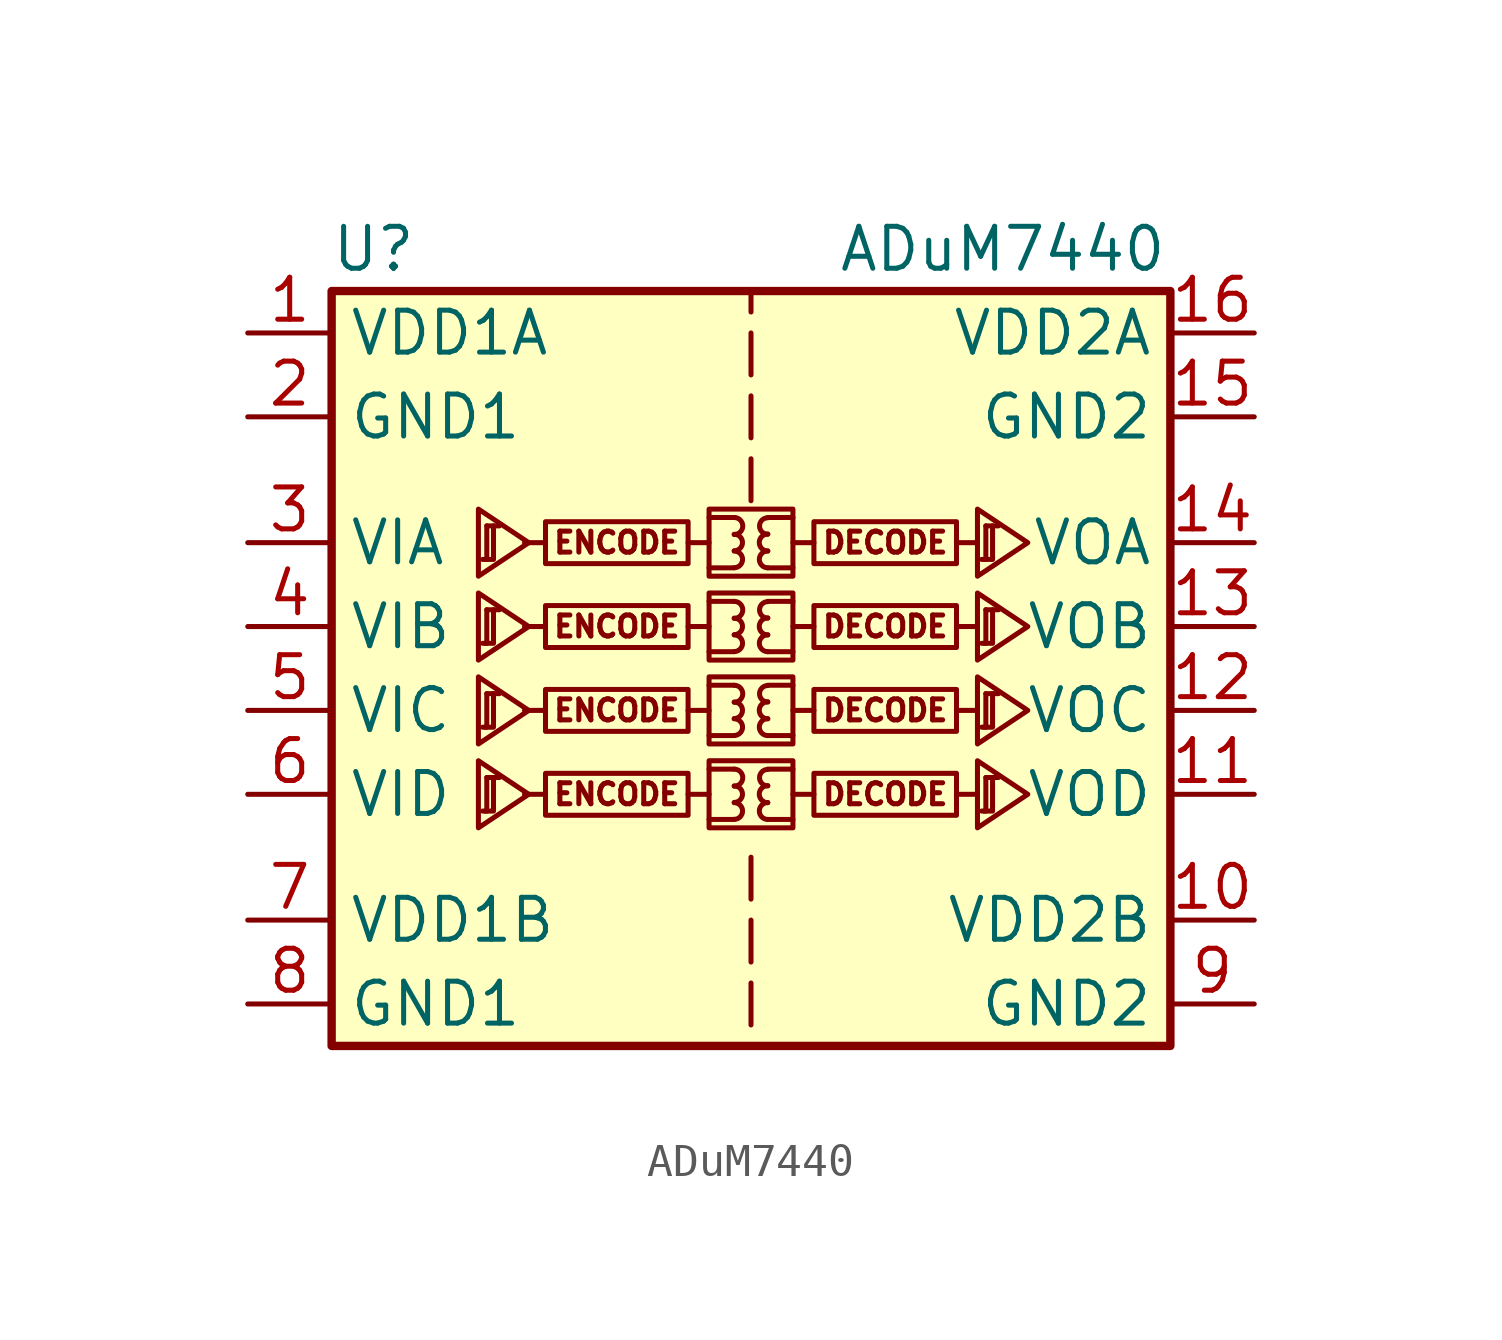
<source format=kicad_sym>
(kicad_symbol_lib
  (version 20231120)
  (generator "kicad_symbol_editor")
  (generator_version "8.0")
  (symbol "ADuM7440"
    (property "Reference" "U"
      (at -11.43 16.51 0)
      (effects (font (size 1.27 1.27))))
    (property "Value" "ADuM7440"
      (at 7.62 16.51 0)
      (effects (font (size 1.27 1.27))))
    (symbol "ADuM7440_0_1"
      (polyline (pts (xy -8.001 8.128) (xy -7.62 8.128)) (stroke (width 0) (type default)) (fill (type none)))
      (polyline (pts (xy -8.052 7.112) (xy -7.798 7.112) (xy -7.798 8.128)) (stroke (width 0) (type default)) (fill (type none)))
      (polyline (pts (xy -8.001 8.128) (xy -8.001 7.112) (xy -8.128 7.112)) (stroke (width 0) (type default)) (fill (type none)))
      (polyline (pts (xy -6.731 7.62) (xy -8.255 8.636) (xy -8.255 6.604) (xy -6.731 7.62)) (stroke (width 0) (type default)) (fill (type none))))
    (symbol "ADuM7440_1_0"
      (rectangle (start -1.27 1.016) (end 1.27 -1.016) (stroke (width 0) (type default)) (fill (type none)))
      (rectangle (start -1.27 3.556) (end 1.27 1.524) (stroke (width 0) (type default)) (fill (type none)))
      (rectangle (start -1.27 6.096) (end 1.27 4.064) (stroke (width 0) (type default)) (fill (type none)))
      (rectangle (start -1.27 8.636) (end 1.27 6.604) (stroke (width 0) (type default)) (fill (type none)))
      (arc (start -0.508 -0.762) (mid -0.2551 -0.508) (end -0.508 -0.254) (stroke (width 0) (type default)) (fill (type none)))
      (arc (start -0.508 -0.254) (mid -0.2551 0) (end -0.508 0.254) (stroke (width 0) (type default)) (fill (type none)))
      (arc (start -0.508 0.254) (mid -0.2551 0.508) (end -0.508 0.762) (stroke (width 0) (type default)) (fill (type none)))
      (arc (start -0.508 1.778) (mid -0.2551 2.032) (end -0.508 2.286) (stroke (width 0) (type default)) (fill (type none)))
      (arc (start -0.508 2.286) (mid -0.2551 2.54) (end -0.508 2.794) (stroke (width 0) (type default)) (fill (type none)))
      (arc (start -0.508 2.794) (mid -0.2551 3.048) (end -0.508 3.302) (stroke (width 0) (type default)) (fill (type none)))
      (arc (start -0.508 4.318) (mid -0.2551 4.572) (end -0.508 4.826) (stroke (width 0) (type default)) (fill (type none)))
      (arc (start -0.508 4.826) (mid -0.2551 5.08) (end -0.508 5.334) (stroke (width 0) (type default)) (fill (type none)))
      (arc (start -0.508 5.334) (mid -0.2551 5.588) (end -0.508 5.842) (stroke (width 0) (type default)) (fill (type none)))
      (arc (start -0.508 6.858) (mid -0.2551 7.112) (end -0.508 7.366) (stroke (width 0) (type default)) (fill (type none)))
      (arc (start -0.508 7.366) (mid -0.2551 7.62) (end -0.508 7.874) (stroke (width 0) (type default)) (fill (type none)))
      (arc (start -0.508 7.874) (mid -0.2551 8.128) (end -0.508 8.382) (stroke (width 0) (type default)) (fill (type none)))
      (polyline (pts (xy -6.223 0) (xy -6.858 0)) (stroke (width 0) (type default)) (fill (type none)))
      (polyline (pts (xy -6.223 2.54) (xy -6.858 2.54)) (stroke (width 0) (type default)) (fill (type none)))
      (polyline (pts (xy -6.223 5.08) (xy -6.858 5.08)) (stroke (width 0) (type default)) (fill (type none)))
      (polyline (pts (xy -6.223 7.62) (xy -6.858 7.62)) (stroke (width 0) (type default)) (fill (type none)))
      (polyline (pts (xy -1.905 0) (xy -1.27 0)) (stroke (width 0) (type default)) (fill (type none)))
      (polyline (pts (xy -1.905 2.54) (xy -1.27 2.54)) (stroke (width 0) (type default)) (fill (type none)))
      (polyline (pts (xy -1.905 5.08) (xy -1.27 5.08)) (stroke (width 0) (type default)) (fill (type none)))
      (polyline (pts (xy -1.905 7.62) (xy -1.27 7.62)) (stroke (width 0) (type default)) (fill (type none)))
      (polyline (pts (xy -1.27 -0.762) (xy -0.508 -0.762)) (stroke (width 0) (type default)) (fill (type none)))
      (polyline (pts (xy -1.27 0.762) (xy -0.508 0.762)) (stroke (width 0) (type default)) (fill (type none)))
      (polyline (pts (xy -1.27 1.778) (xy -0.508 1.778)) (stroke (width 0) (type default)) (fill (type none)))
      (polyline (pts (xy -1.27 3.302) (xy -0.508 3.302)) (stroke (width 0) (type default)) (fill (type none)))
      (polyline (pts (xy -1.27 4.318) (xy -0.508 4.318)) (stroke (width 0) (type default)) (fill (type none)))
      (polyline (pts (xy -1.27 5.842) (xy -0.508 5.842)) (stroke (width 0) (type default)) (fill (type none)))
      (polyline (pts (xy -1.27 6.858) (xy -0.508 6.858)) (stroke (width 0) (type default)) (fill (type none)))
      (polyline (pts (xy -1.27 8.382) (xy -0.508 8.382)) (stroke (width 0) (type default)) (fill (type none)))
      (polyline (pts (xy 0 -5.715) (xy 0 -6.985)) (stroke (width 0) (type default)) (fill (type none)))
      (polyline (pts (xy 0 -3.81) (xy 0 -5.08)) (stroke (width 0) (type default)) (fill (type none)))
      (polyline (pts (xy 0 -1.905) (xy 0 -3.175)) (stroke (width 0) (type default)) (fill (type none)))
      (polyline (pts (xy 0 8.89) (xy 0 10.16)) (stroke (width 0) (type default)) (fill (type none)))
      (polyline (pts (xy 0 12.065) (xy 0 10.795)) (stroke (width 0) (type default)) (fill (type none)))
      (polyline (pts (xy 0 13.97) (xy 0 12.7)) (stroke (width 0) (type default)) (fill (type none)))
      (polyline (pts (xy 0 14.605) (xy 0 15.24)) (stroke (width 0) (type default)) (fill (type none)))
      (polyline (pts (xy 1.27 -0.762) (xy 0.508 -0.762)) (stroke (width 0) (type default)) (fill (type none)))
      (polyline (pts (xy 1.27 0.762) (xy 0.508 0.762)) (stroke (width 0) (type default)) (fill (type none)))
      (polyline (pts (xy 1.27 1.778) (xy 0.508 1.778)) (stroke (width 0) (type default)) (fill (type none)))
      (polyline (pts (xy 1.27 3.302) (xy 0.508 3.302)) (stroke (width 0) (type default)) (fill (type none)))
      (polyline (pts (xy 1.27 4.318) (xy 0.508 4.318)) (stroke (width 0) (type default)) (fill (type none)))
      (polyline (pts (xy 1.27 5.842) (xy 0.508 5.842)) (stroke (width 0) (type default)) (fill (type none)))
      (polyline (pts (xy 1.27 6.858) (xy 0.508 6.858)) (stroke (width 0) (type default)) (fill (type none)))
      (polyline (pts (xy 1.27 8.382) (xy 0.508 8.382)) (stroke (width 0) (type default)) (fill (type none)))
      (polyline (pts (xy 1.905 0) (xy 1.27 0)) (stroke (width 0) (type default)) (fill (type none)))
      (polyline (pts (xy 1.905 2.54) (xy 1.27 2.54)) (stroke (width 0) (type default)) (fill (type none)))
      (polyline (pts (xy 1.905 5.08) (xy 1.27 5.08)) (stroke (width 0) (type default)) (fill (type none)))
      (polyline (pts (xy 1.905 7.62) (xy 1.27 7.62)) (stroke (width 0) (type default)) (fill (type none)))
      (polyline (pts (xy 6.223 0) (xy 6.858 0)) (stroke (width 0) (type default)) (fill (type none)))
      (polyline (pts (xy 6.223 2.54) (xy 6.858 2.54)) (stroke (width 0) (type default)) (fill (type none)))
      (polyline (pts (xy 6.223 5.08) (xy 6.858 5.08)) (stroke (width 0) (type default)) (fill (type none)))
      (polyline (pts (xy 6.223 7.62) (xy 6.858 7.62)) (stroke (width 0) (type default)) (fill (type none)))
      (arc (start 0.508 -0.254) (mid 0.2551 -0.508) (end 0.508 -0.762) (stroke (width 0) (type default)) (fill (type none)))
      (arc (start 0.508 0.254) (mid 0.2551 0) (end 0.508 -0.254) (stroke (width 0) (type default)) (fill (type none)))
      (arc (start 0.508 0.762) (mid 0.2551 0.508) (end 0.508 0.254) (stroke (width 0) (type default)) (fill (type none)))
      (arc (start 0.508 2.286) (mid 0.2551 2.032) (end 0.508 1.778) (stroke (width 0) (type default)) (fill (type none)))
      (arc (start 0.508 2.794) (mid 0.2551 2.54) (end 0.508 2.286) (stroke (width 0) (type default)) (fill (type none)))
      (arc (start 0.508 3.302) (mid 0.2551 3.048) (end 0.508 2.794) (stroke (width 0) (type default)) (fill (type none)))
      (arc (start 0.508 4.826) (mid 0.2551 4.572) (end 0.508 4.318) (stroke (width 0) (type default)) (fill (type none)))
      (arc (start 0.508 5.334) (mid 0.2551 5.08) (end 0.508 4.826) (stroke (width 0) (type default)) (fill (type none)))
      (arc (start 0.508 5.842) (mid 0.2551 5.588) (end 0.508 5.334) (stroke (width 0) (type default)) (fill (type none)))
      (arc (start 0.508 7.366) (mid 0.2551 7.112) (end 0.508 6.858) (stroke (width 0) (type default)) (fill (type none)))
      (arc (start 0.508 7.874) (mid 0.2551 7.62) (end 0.508 7.366) (stroke (width 0) (type default)) (fill (type none)))
      (arc (start 0.508 8.382) (mid 0.2551 8.128) (end 0.508 7.874) (stroke (width 0) (type default)) (fill (type none)))
      (rectangle (start 1.905 0.635) (end 6.223 -0.635) (stroke (width 0) (type default)) (fill (type none)))
      (rectangle (start 1.905 3.175) (end 6.223 1.905) (stroke (width 0) (type default)) (fill (type none)))
      (rectangle (start 1.905 5.715) (end 6.223 4.445) (stroke (width 0) (type default)) (fill (type none)))
      (rectangle (start 1.905 8.255) (end 6.223 6.985) (stroke (width 0) (type default)) (fill (type none)))
      (text "DECODE" (at 4.064 0 0) (effects (font (size 0.635 0.635))))
      (text "DECODE" (at 4.064 2.54 0) (effects (font (size 0.635 0.635))))
      (text "DECODE" (at 4.064 5.08 0) (effects (font (size 0.635 0.635))))
      (text "DECODE" (at 4.064 7.62 0) (effects (font (size 0.635 0.635))))
      (text "ENCODE" (at -4.064 0 0) (effects (font (size 0.635 0.635))))
      (text "ENCODE" (at -4.064 2.54 0) (effects (font (size 0.635 0.635))))
      (text "ENCODE" (at -4.064 5.08 0) (effects (font (size 0.635 0.635))))
      (text "ENCODE" (at -4.064 7.62 0) (effects (font (size 0.635 0.635)))))
    (symbol "ADuM7440_1_1"
      (rectangle (start -12.7 15.24) (end 12.7 -7.62) (stroke (width 0.254) (type default)) (fill (type background)))
      (rectangle (start -1.905 0.635) (end -6.223 -0.635) (stroke (width 0) (type default)) (fill (type none)))
      (rectangle (start -1.905 3.175) (end -6.223 1.905) (stroke (width 0) (type default)) (fill (type none)))
      (rectangle (start -1.905 5.715) (end -6.223 4.445) (stroke (width 0) (type default)) (fill (type none)))
      (rectangle (start -1.905 8.255) (end -6.223 6.985) (stroke (width 0) (type default)) (fill (type none)))
      (polyline (pts (xy -8.001 0.508) (xy -7.62 0.508)) (stroke (width 0) (type default)) (fill (type none)))
      (polyline (pts (xy -8.001 3.048) (xy -7.62 3.048)) (stroke (width 0) (type default)) (fill (type none)))
      (polyline (pts (xy -8.001 5.588) (xy -7.62 5.588)) (stroke (width 0) (type default)) (fill (type none)))
      (polyline (pts (xy 7.112 0.508) (xy 7.493 0.508)) (stroke (width 0) (type default)) (fill (type none)))
      (polyline (pts (xy 7.112 3.048) (xy 7.493 3.048)) (stroke (width 0) (type default)) (fill (type none)))
      (polyline (pts (xy 7.112 5.588) (xy 7.493 5.588)) (stroke (width 0) (type default)) (fill (type none)))
      (polyline (pts (xy 7.112 8.128) (xy 7.493 8.128)) (stroke (width 0) (type default)) (fill (type none)))
      (polyline (pts (xy -8.052 -0.508) (xy -7.798 -0.508) (xy -7.798 0.508)) (stroke (width 0) (type default)) (fill (type none)))
      (polyline (pts (xy -8.052 2.032) (xy -7.798 2.032) (xy -7.798 3.048)) (stroke (width 0) (type default)) (fill (type none)))
      (polyline (pts (xy -8.052 4.572) (xy -7.798 4.572) (xy -7.798 5.588)) (stroke (width 0) (type default)) (fill (type none)))
      (polyline (pts (xy -8.001 0.508) (xy -8.001 -0.508) (xy -8.128 -0.508)) (stroke (width 0) (type default)) (fill (type none)))
      (polyline (pts (xy -8.001 3.048) (xy -8.001 2.032) (xy -8.128 2.032)) (stroke (width 0) (type default)) (fill (type none)))
      (polyline (pts (xy -8.001 5.588) (xy -8.001 4.572) (xy -8.128 4.572)) (stroke (width 0) (type default)) (fill (type none)))
      (polyline (pts (xy 7.061 -0.508) (xy 7.315 -0.508) (xy 7.315 0.508)) (stroke (width 0) (type default)) (fill (type none)))
      (polyline (pts (xy 7.061 2.032) (xy 7.315 2.032) (xy 7.315 3.048)) (stroke (width 0) (type default)) (fill (type none)))
      (polyline (pts (xy 7.061 4.572) (xy 7.315 4.572) (xy 7.315 5.588)) (stroke (width 0) (type default)) (fill (type none)))
      (polyline (pts (xy 7.061 7.112) (xy 7.315 7.112) (xy 7.315 8.128)) (stroke (width 0) (type default)) (fill (type none)))
      (polyline (pts (xy 7.112 0.508) (xy 7.112 -0.508) (xy 6.985 -0.508)) (stroke (width 0) (type default)) (fill (type none)))
      (polyline (pts (xy 7.112 3.048) (xy 7.112 2.032) (xy 6.985 2.032)) (stroke (width 0) (type default)) (fill (type none)))
      (polyline (pts (xy 7.112 5.588) (xy 7.112 4.572) (xy 6.985 4.572)) (stroke (width 0) (type default)) (fill (type none)))
      (polyline (pts (xy 7.112 8.128) (xy 7.112 7.112) (xy 6.985 7.112)) (stroke (width 0) (type default)) (fill (type none)))
      (polyline (pts (xy -6.731 0) (xy -8.255 1.016) (xy -8.255 -1.016) (xy -6.731 0)) (stroke (width 0) (type default)) (fill (type none)))
      (polyline (pts (xy -6.731 2.54) (xy -8.255 3.556) (xy -8.255 1.524) (xy -6.731 2.54)) (stroke (width 0) (type default)) (fill (type none)))
      (polyline (pts (xy -6.731 5.08) (xy -8.255 6.096) (xy -8.255 4.064) (xy -6.731 5.08)) (stroke (width 0) (type default)) (fill (type none)))
      (polyline (pts (xy 8.382 0) (xy 6.858 1.016) (xy 6.858 -1.016) (xy 8.382 0)) (stroke (width 0) (type default)) (fill (type none)))
      (polyline (pts (xy 8.382 2.54) (xy 6.858 3.556) (xy 6.858 1.524) (xy 8.382 2.54)) (stroke (width 0) (type default)) (fill (type none)))
      (polyline (pts (xy 8.382 5.08) (xy 6.858 6.096) (xy 6.858 4.064) (xy 8.382 5.08)) (stroke (width 0) (type default)) (fill (type none)))
      (polyline (pts (xy 8.382 7.62) (xy 6.858 8.636) (xy 6.858 6.604) (xy 8.382 7.62)) (stroke (width 0) (type default)) (fill (type none)))
      (pin power_in line (at -15.24 13.97 0) (length 2.54) (name "VDD1A" (effects (font (size 1.27 1.27)))) (number "1" (effects (font (size 1.27 1.27)))))
      (pin power_in line (at 15.24 -3.81 180) (length 2.54) (name "VDD2B" (effects (font (size 1.27 1.27)))) (number "10" (effects (font (size 1.27 1.27)))))
      (pin output line (at 15.24 0 180) (length 2.54) (name "VOD" (effects (font (size 1.27 1.27)))) (number "11" (effects (font (size 1.27 1.27)))))
      (pin output line (at 15.24 2.54 180) (length 2.54) (name "VOC" (effects (font (size 1.27 1.27)))) (number "12" (effects (font (size 1.27 1.27)))))
      (pin output line (at 15.24 5.08 180) (length 2.54) (name "VOB" (effects (font (size 1.27 1.27)))) (number "13" (effects (font (size 1.27 1.27)))))
      (pin output line (at 15.24 7.62 180) (length 2.54) (name "VOA" (effects (font (size 1.27 1.27)))) (number "14" (effects (font (size 1.27 1.27)))))
      (pin power_in line (at 15.24 11.43 180) (length 2.54) (name "GND2" (effects (font (size 1.27 1.27)))) (number "15" (effects (font (size 1.27 1.27)))))
      (pin power_in line (at 15.24 13.97 180) (length 2.54) (name "VDD2A" (effects (font (size 1.27 1.27)))) (number "16" (effects (font (size 1.27 1.27)))))
      (pin power_in line (at -15.24 11.43 0) (length 2.54) (name "GND1" (effects (font (size 1.27 1.27)))) (number "2" (effects (font (size 1.27 1.27)))))
      (pin input line (at -15.24 7.62 0) (length 2.54) (name "VIA" (effects (font (size 1.27 1.27)))) (number "3" (effects (font (size 1.27 1.27)))))
      (pin input line (at -15.24 5.08 0) (length 2.54) (name "VIB" (effects (font (size 1.27 1.27)))) (number "4" (effects (font (size 1.27 1.27)))))
      (pin input line (at -15.24 2.54 0) (length 2.54) (name "VIC" (effects (font (size 1.27 1.27)))) (number "5" (effects (font (size 1.27 1.27)))))
      (pin input line (at -15.24 0 0) (length 2.54) (name "VID" (effects (font (size 1.27 1.27)))) (number "6" (effects (font (size 1.27 1.27)))))
      (pin power_in line (at -15.24 -3.81 0) (length 2.54) (name "VDD1B" (effects (font (size 1.27 1.27)))) (number "7" (effects (font (size 1.27 1.27)))))
      (pin power_in line (at -15.24 -6.35 0) (length 2.54) (name "GND1" (effects (font (size 1.27 1.27)))) (number "8" (effects (font (size 1.27 1.27)))))
      (pin power_in line (at 15.24 -6.35 180) (length 2.54) (name "GND2" (effects (font (size 1.27 1.27)))) (number "9" (effects (font (size 1.27 1.27))))))))
</source>
